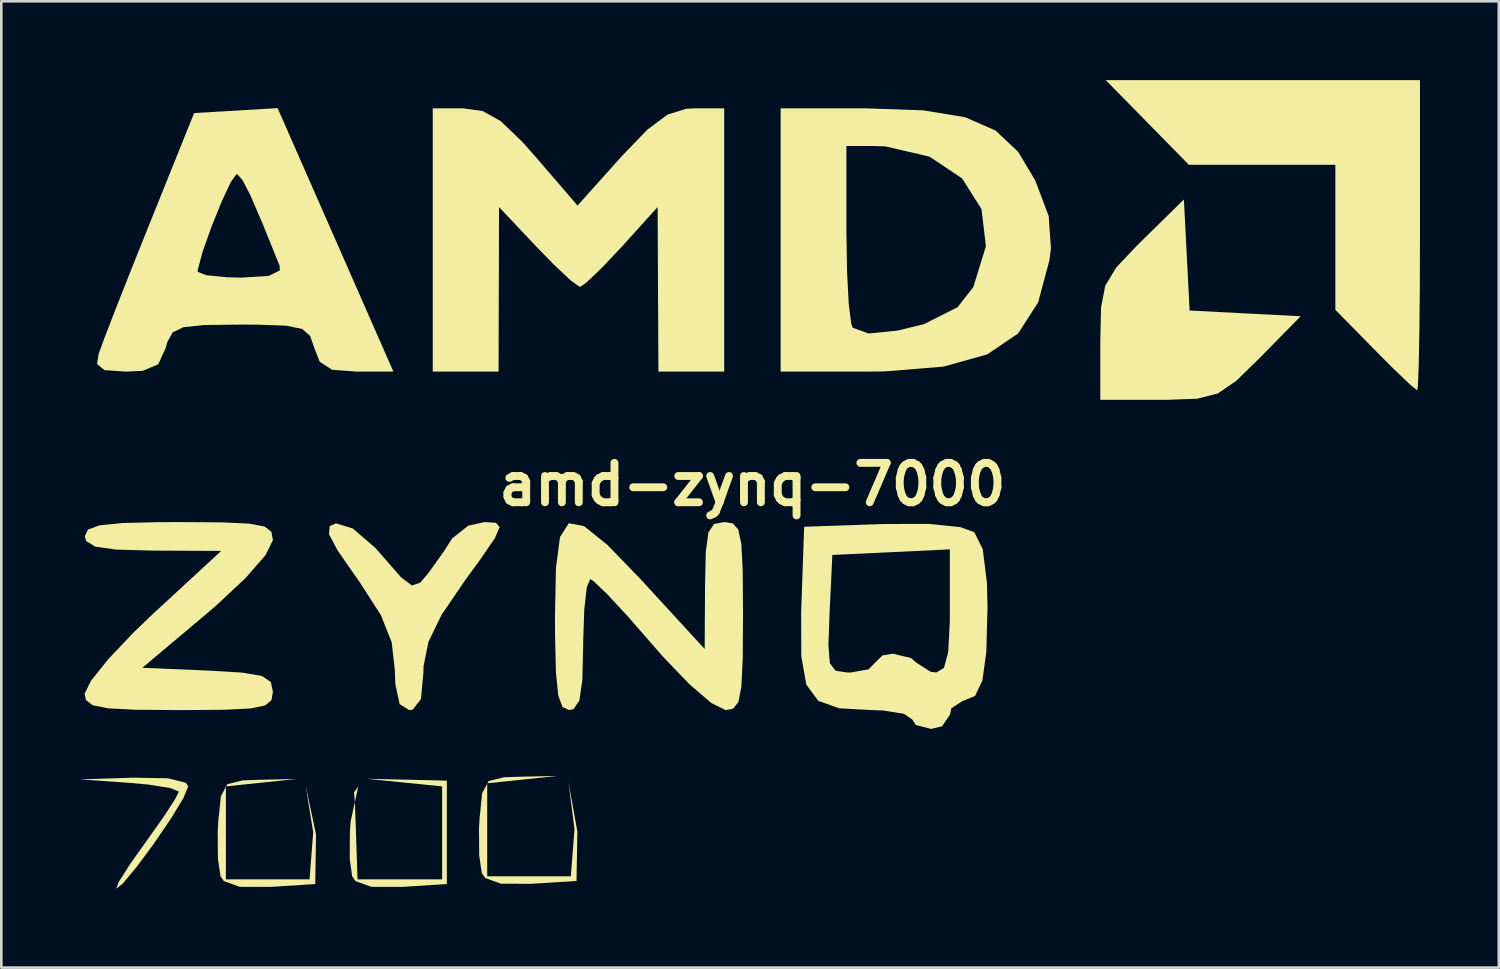
<source format=kicad_pcb>
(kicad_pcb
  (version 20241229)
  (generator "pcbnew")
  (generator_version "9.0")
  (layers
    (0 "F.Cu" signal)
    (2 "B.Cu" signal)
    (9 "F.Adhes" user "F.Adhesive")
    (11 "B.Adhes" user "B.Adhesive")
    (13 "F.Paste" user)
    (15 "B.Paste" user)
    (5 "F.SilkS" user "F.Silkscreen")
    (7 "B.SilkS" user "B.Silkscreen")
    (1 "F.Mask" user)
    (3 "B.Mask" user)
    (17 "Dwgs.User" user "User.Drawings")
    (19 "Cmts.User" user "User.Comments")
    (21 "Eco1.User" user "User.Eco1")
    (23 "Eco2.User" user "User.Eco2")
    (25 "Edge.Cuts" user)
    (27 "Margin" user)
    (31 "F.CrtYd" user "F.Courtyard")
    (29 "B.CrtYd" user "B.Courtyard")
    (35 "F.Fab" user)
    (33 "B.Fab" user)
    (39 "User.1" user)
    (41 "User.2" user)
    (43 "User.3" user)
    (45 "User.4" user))
  (footprint "amd-zynq-7000"
    (layer "F.Cu")
    (at 25.579 15.383)
    (property "Reference" "amd-zynq-7000" (at 0 0 0) (layer "F.SilkS") (effects (font (size 1.5 1.5) (thickness 0.3))))
    (attr board_only exclude_from_pos_files exclude_from_bom)
    (fp_poly (pts (xy -20.034 11.505) (xy -20.034 11.489) (xy -20.025 11.488)) (stroke (width 0) (type solid)) (fill yes) (layer "F.SilkS"))
    (fp_poly (pts (xy -10.091 11.387) (xy -10.091 11.371) (xy -10.082 11.37)) (stroke (width 0) (type solid)) (fill yes) (layer "F.SilkS"))
    (fp_poly (pts (xy -18.692 11.348) (xy -20.025 11.488) (xy -19.98 11.404) (xy -19.395 11.259) (xy -18.782 11.238) (xy -17.351 11.208)) (stroke (width 0) (type solid)) (fill yes) (layer "F.SilkS"))
    (fp_poly (pts (xy -8.75 11.23) (xy -10.082 11.37) (xy -10.037 11.286) (xy -9.453 11.141) (xy -8.839 11.12) (xy -7.408 11.09)) (stroke (width 0) (type solid)) (fill yes) (layer "F.SilkS"))
    (fp_poly (pts (xy -16.604 13.324) (xy -16.635 15.204) (xy -18.338 15.313) (xy -19.509 15.31) (xy -20.114 15.091) (xy -20.239 14.907) (xy -20.337 14.245) (xy -20.345 13.21) (xy -20.325 12.83) (xy -20.224 11.861) (xy -20.034 11.505) (xy -20.034 13.257) (xy -20.034 15.025) (xy -18.443 15.025) (xy -16.851 15.025) (xy -16.712 13.235) (xy -17 11.444)) (stroke (width 0) (type solid)) (fill yes) (layer "F.SilkS"))
    (fp_poly (pts (xy -6.661 13.206) (xy -6.693 15.086) (xy -8.396 15.195) (xy -9.566 15.192) (xy -10.172 14.973) (xy -10.296 14.789) (xy -10.395 14.127) (xy -10.403 13.092) (xy -10.382 12.712) (xy -10.282 11.743) (xy -10.091 11.387) (xy -10.091 13.139) (xy -10.091 14.907) (xy -8.5 14.907) (xy -6.909 14.907) (xy -6.77 13.116) (xy -7 11.326)) (stroke (width 0) (type solid)) (fill yes) (layer "F.SilkS"))
    (fp_poly (pts (xy 16.526 -8.731) (xy 16.635 -6.618) (xy 18.748 -6.509) (xy 20.86 -6.4) (xy 19.299 -4.81) (xy 18.405 -3.939) (xy 17.71 -3.463) (xy 16.927 -3.263) (xy 15.768 -3.22) (xy 15.487 -3.22) (xy 13.237 -3.22) (xy 13.237 -5.471) (xy 13.264 -6.731) (xy 13.425 -7.562) (xy 13.84 -8.252) (xy 14.629 -9.087) (xy 14.827 -9.282) (xy 16.417 -10.843)) (stroke (width 0) (type solid)) (fill yes) (layer "F.SilkS"))
    (fp_poly (pts (xy 25.4 -9.48) (xy 25.394 -7.516) (xy 25.377 -5.828) (xy 25.352 -4.535) (xy 25.321 -3.755) (xy 25.296 -3.577) (xy 25.011 -3.811) (xy 24.377 -4.418) (xy 23.686 -5.111) (xy 22.18 -6.645) (xy 22.18 -9.404) (xy 22.18 -12.163) (xy 19.393 -12.163) (xy 16.605 -12.163) (xy 15.025 -13.773) (xy 13.445 -15.383) (xy 19.423 -15.383) (xy 25.4 -15.383)) (stroke (width 0) (type solid)) (fill yes) (layer "F.SilkS"))
    (fp_poly (pts (xy -22.236 11.181) (xy -21.557 11.35) (xy -21.465 11.489) (xy -21.656 11.942) (xy -22.139 12.734) (xy -22.775 13.668) (xy -23.427 14.55) (xy -23.957 15.185) (xy -24.209 15.383) (xy -24.112 15.124) (xy -23.681 14.448) (xy -23.105 13.636) (xy -22.426 12.681) (xy -21.962 11.967) (xy -21.823 11.687) (xy -22.145 11.552) (xy -22.974 11.421) (xy -23.701 11.354) (xy -25.579 11.222) (xy -23.522 11.156)) (stroke (width 0) (type solid)) (fill yes) (layer "F.SilkS"))
    (fp_poly (pts (xy -13.15 11.234) (xy -11.627 11.269) (xy -11.627 13.237) (xy -11.627 15.204) (xy -13.33 15.313) (xy -14.5 15.31) (xy -15.106 15.091) (xy -15.23 14.907) (xy -15.323 14.246) (xy -15.316 13.213) (xy -15.289 12.83) (xy -15 11.5) (xy -15.159 11.716) (xy -15.125 12.129) (xy -15.088 13.147) (xy -15.025 15.025) (xy -13.415 15.025) (xy -11.806 15.025) (xy -11.806 13.257) (xy -11.806 11.489) (xy -13.239 11.344) (xy -14.673 11.199)) (stroke (width 0) (type solid)) (fill yes) (layer "F.SilkS"))
    (fp_poly (pts (xy -1.073 -9.301) (xy -1.073 -4.293) (xy -2.325 -4.293) (xy -3.577 -4.293) (xy -3.592 -7.423) (xy -3.607 -10.554) (xy -4.982 -9.033) (xy -5.761 -8.21) (xy -6.346 -7.657) (xy -6.565 -7.513) (xy -6.902 -7.752) (xy -7.562 -8.373) (xy -8.206 -9.033) (xy -9.641 -10.554) (xy -9.65 -7.423) (xy -9.659 -4.293) (xy -10.911 -4.293) (xy -12.163 -4.293) (xy -12.163 -9.301) (xy -12.163 -14.31) (xy -11.001 -14.31) (xy -10.262 -14.208) (xy -9.572 -13.821) (xy -8.747 -13.027) (xy -8.246 -12.461) (xy -6.654 -10.612) (xy -4.998 -12.461) (xy -3.997 -13.501) (xy -3.23 -14.073) (xy -2.518 -14.294) (xy -2.208 -14.31) (xy -1.073 -14.31)) (stroke (width 0) (type solid)) (fill yes) (layer "F.SilkS"))
    (fp_poly (pts (xy -9.76 1.459) (xy -9.618 1.624) (xy -9.8 2.044) (xy -10.344 2.84) (xy -10.912 3.617) (xy -11.822 4.951) (xy -12.325 5.981) (xy -12.512 6.911) (xy -12.521 7.194) (xy -12.615 8.174) (xy -12.923 8.567) (xy -13.058 8.586) (xy -13.424 8.358) (xy -13.587 7.598) (xy -13.606 7.065) (xy -13.726 6.004) (xy -14.138 4.971) (xy -14.947 3.712) (xy -15.043 3.577) (xy -15.778 2.52) (xy -16.11 1.897) (xy -16.084 1.585) (xy -15.849 1.479) (xy -15.206 1.675) (xy -14.355 2.408) (xy -14.069 2.731) (xy -13.373 3.53) (xy -12.956 3.844) (xy -12.645 3.74) (xy -12.351 3.398) (xy -11.756 2.571) (xy -11.429 2.057) (xy -10.815 1.569) (xy -10.184 1.431)) (stroke (width 0) (type solid)) (fill yes) (layer "F.SilkS"))
    (fp_poly (pts (xy 6.497 -14.235) (xy 8.095 -13.972) (xy 9.256 -13.464) (xy 10.113 -12.654) (xy 10.759 -11.572) (xy 11.273 -10.213) (xy 11.358 -8.985) (xy 11.303 -8.539) (xy 10.871 -6.927) (xy 10.111 -5.747) (xy 8.939 -4.95) (xy 7.273 -4.484) (xy 5.03 -4.301) (xy 4.328 -4.293) (xy 1.073 -4.293) (xy 1.073 -9.301) (xy 1.073 -9.54) (xy 3.577 -9.54) (xy 3.602 -8.059) (xy 3.666 -6.86) (xy 3.76 -6.114) (xy 3.816 -5.962) (xy 4.42 -5.744) (xy 5.523 -5.855) (xy 6.528 -6.1) (xy 7.805 -6.745) (xy 8.406 -7.512) (xy 8.884 -9.064) (xy 8.717 -10.476) (xy 7.978 -11.645) (xy 6.736 -12.474) (xy 5.063 -12.862) (xy 4.597 -12.879) (xy 3.577 -12.879) (xy 3.577 -9.54) (xy 1.073 -9.54) (xy 1.073 -14.31) (xy 4.328 -14.31)) (stroke (width 0) (type solid)) (fill yes) (layer "F.SilkS"))
    (fp_poly (pts (xy -20.191 1.442) (xy -19.147 1.491) (xy -18.56 1.602) (xy -18.303 1.801) (xy -18.245 2.112) (xy -18.245 2.114) (xy -18.52 2.681) (xy -19.28 3.556) (xy -20.429 4.63) (xy -20.729 4.886) (xy -23.213 6.976) (xy -20.729 7.081) (xy -19.414 7.159) (xy -18.663 7.288) (xy -18.324 7.515) (xy -18.245 7.886) (xy -18.298 8.205) (xy -18.542 8.409) (xy -19.107 8.524) (xy -20.121 8.574) (xy -21.715 8.586) (xy -21.823 8.586) (xy -23.462 8.573) (xy -24.514 8.519) (xy -25.104 8.402) (xy -25.36 8.2) (xy -25.409 7.96) (xy -25.162 7.462) (xy -24.492 6.629) (xy -23.513 5.598) (xy -22.815 4.931) (xy -20.213 2.529) (xy -22.806 2.517) (xy -24.196 2.48) (xy -25.002 2.368) (xy -25.353 2.152) (xy -25.4 1.968) (xy -25.282 1.717) (xy -24.849 1.557) (xy -23.983 1.468) (xy -22.567 1.434) (xy -21.823 1.431)) (stroke (width 0) (type solid)) (fill yes) (layer "F.SilkS"))
    (fp_poly (pts (xy -0.748 1.48) (xy -0.539 1.714) (xy -0.422 2.261) (xy -0.37 3.253) (xy -0.358 4.817) (xy -0.358 5.008) (xy -0.369 6.642) (xy -0.42 7.688) (xy -0.532 8.275) (xy -0.732 8.531) (xy -1.023 8.586) (xy -1.561 8.319) (xy -2.406 7.593) (xy -3.434 6.52) (xy -3.795 6.104) (xy -4.752 5.008) (xy -5.546 4.154) (xy -6.059 3.667) (xy -6.171 3.6) (xy -6.303 3.916) (xy -6.399 4.768) (xy -6.439 5.978) (xy -6.439 6.082) (xy -6.471 7.442) (xy -6.584 8.221) (xy -6.808 8.549) (xy -6.976 8.586) (xy -7.226 8.468) (xy -7.387 8.035) (xy -7.476 7.169) (xy -7.51 5.753) (xy -7.513 5.008) (xy -7.475 3.168) (xy -7.321 1.998) (xy -6.986 1.477) (xy -6.407 1.585) (xy -5.519 2.299) (xy -4.261 3.599) (xy -4.039 3.84) (xy -1.817 6.261) (xy -1.803 3.846) (xy -1.774 2.558) (xy -1.676 1.83) (xy -1.462 1.506) (xy -1.084 1.431) (xy -1.073 1.431)) (stroke (width 0) (type solid)) (fill yes) (layer "F.SilkS"))
    (fp_poly (pts (xy -15.863 -9.306) (xy -13.66 -4.293) (xy -15.051 -4.293) (xy -15.993 -4.364) (xy -16.464 -4.666) (xy -16.667 -5.187) (xy -16.828 -5.649) (xy -17.131 -5.916) (xy -17.743 -6.042) (xy -18.832 -6.08) (xy -19.497 -6.082) (xy -20.845 -6.066) (xy -21.645 -5.985) (xy -22.062 -5.786) (xy -22.264 -5.415) (xy -22.327 -5.187) (xy -22.61 -4.57) (xy -23.197 -4.324) (xy -23.821 -4.293) (xy -24.654 -4.349) (xy -24.936 -4.585) (xy -24.877 -4.965) (xy -24.667 -5.542) (xy -24.246 -6.631) (xy -23.675 -8.08) (xy -23.67 -8.091) (xy -21.107 -8.091) (xy -20.787 -7.961) (xy -19.974 -7.882) (xy -19.459 -7.87) (xy -18.406 -7.934) (xy -17.983 -8.142) (xy -17.989 -8.318) (xy -18.647 -9.947) (xy -19.104 -11.004) (xy -19.406 -11.589) (xy -19.599 -11.8) (xy -19.631 -11.806) (xy -19.848 -11.505) (xy -20.196 -10.76) (xy -20.582 -9.805) (xy -20.913 -8.876) (xy -21.095 -8.206) (xy -21.107 -8.091) (xy -23.67 -8.091) (xy -23.012 -9.737) (xy -22.953 -9.884) (xy -21.242 -14.131) (xy -19.654 -14.225) (xy -18.066 -14.319)) (stroke (width 0) (type solid)) (fill yes) (layer "F.SilkS"))
    (fp_poly (pts (xy 7.91 1.622) (xy 8.442 1.818) (xy 8.764 2.462) (xy 8.923 3.747) (xy 8.944 4.665) (xy 8.9 6.368) (xy 8.751 7.461) (xy 8.471 8.047) (xy 8.032 8.228) (xy 8.011 8.228) (xy 7.57 8.515) (xy 7.513 8.765) (xy 7.214 9.202) (xy 6.797 9.301) (xy 6.216 9.152) (xy 6.082 8.944) (xy 5.763 8.726) (xy 4.96 8.599) (xy 4.54 8.586) (xy 3.309 8.518) (xy 2.506 8.235) (xy 2.05 7.618) (xy 1.86 6.545) (xy 1.858 6.138) (xy 2.891 6.138) (xy 2.948 6.806) (xy 3.164 7.09) (xy 3.599 7.154) (xy 3.739 7.155) (xy 4.42 7.035) (xy 4.651 6.797) (xy 4.949 6.504) (xy 5.345 6.439) (xy 6.03 6.604) (xy 6.261 6.797) (xy 6.778 7.126) (xy 6.997 7.155) (xy 7.288 6.981) (xy 7.45 6.376) (xy 7.51 5.216) (xy 7.513 4.813) (xy 7.513 2.47) (xy 5.277 2.577) (xy 3.041 2.683) (xy 2.934 4.919) (xy 2.891 6.138) (xy 1.858 6.138) (xy 1.854 4.898) (xy 1.862 4.644) (xy 1.968 1.61) (xy 4.954 1.505) (xy 6.704 1.501)) (stroke (width 0) (type solid)) (fill yes) (layer "F.SilkS")))
  (gr_rect
    (start -3 -3)
    (end 53.979 33.766)
    (stroke (width 0.1) (type default))
    (fill no)
    (layer "Edge.Cuts")))
</source>
